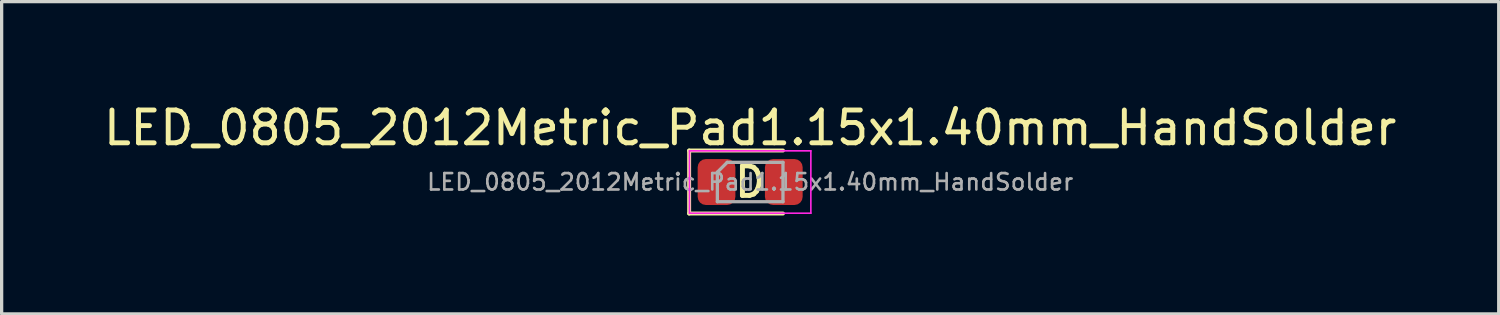
<source format=kicad_pcb>
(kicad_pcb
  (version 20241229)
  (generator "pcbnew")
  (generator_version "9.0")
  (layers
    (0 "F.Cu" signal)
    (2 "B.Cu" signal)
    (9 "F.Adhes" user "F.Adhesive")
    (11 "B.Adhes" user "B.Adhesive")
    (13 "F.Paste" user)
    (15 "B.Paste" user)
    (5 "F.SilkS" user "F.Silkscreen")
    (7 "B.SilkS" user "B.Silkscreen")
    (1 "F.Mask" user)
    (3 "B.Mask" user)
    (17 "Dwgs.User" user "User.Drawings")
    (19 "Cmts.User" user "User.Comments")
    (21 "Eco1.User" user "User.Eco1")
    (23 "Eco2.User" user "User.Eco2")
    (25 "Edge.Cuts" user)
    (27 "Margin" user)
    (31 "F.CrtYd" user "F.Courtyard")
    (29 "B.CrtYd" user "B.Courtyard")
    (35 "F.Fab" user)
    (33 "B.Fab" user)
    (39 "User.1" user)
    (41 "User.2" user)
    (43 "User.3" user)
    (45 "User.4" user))
  (footprint "LED_0805_2012Metric_Pad1.15x1.40mm_HandSolder"
    (layer "F.Cu")
    (at 19.815 2.498)
    (property "Reference" "LED_0805_2012Metric_Pad1.15x1.40mm_HandSolder" (at 0 -1.65 0) (layer "F.SilkS") (effects (font (size 1 1) (thickness 0.15))))
    (attr smd)
    (fp_line (start -1.86 -0.96) (end -1.86 0.96) (stroke (width 0.12) (type solid)) (layer "F.SilkS"))
    (fp_line (start -1.86 0.96) (end 1 0.96) (stroke (width 0.12) (type solid)) (layer "F.SilkS"))
    (fp_line (start 1 -0.96) (end -1.86 -0.96) (stroke (width 0.12) (type solid)) (layer "F.SilkS"))
    (fp_line (start -1.85 -0.95) (end 1.85 -0.95) (stroke (width 0.05) (type solid)) (layer "F.CrtYd"))
    (fp_line (start -1.85 0.95) (end -1.85 -0.95) (stroke (width 0.05) (type solid)) (layer "F.CrtYd"))
    (fp_line (start 1.85 -0.95) (end 1.85 0.95) (stroke (width 0.05) (type solid)) (layer "F.CrtYd"))
    (fp_line (start 1.85 0.95) (end -1.85 0.95) (stroke (width 0.05) (type solid)) (layer "F.CrtYd"))
    (fp_line (start -1 -0.3) (end -1 0.6) (stroke (width 0.1) (type solid)) (layer "F.Fab"))
    (fp_line (start -1 0.6) (end 1 0.6) (stroke (width 0.1) (type solid)) (layer "F.Fab"))
    (fp_line (start -0.7 -0.6) (end -1 -0.3) (stroke (width 0.1) (type solid)) (layer "F.Fab"))
    (fp_line (start 1 -0.6) (end -0.7 -0.6) (stroke (width 0.1) (type solid)) (layer "F.Fab"))
    (fp_line (start 1 0.6) (end 1 -0.6) (stroke (width 0.1) (type solid)) (layer "F.Fab"))
    (fp_text user "D" (at 0 0 0) (layer "F.SilkS") (effects (font (size 0.9 0.9) (thickness 0.15))))
    (fp_text user "${REFERENCE}" (at 0 0 0) (layer "F.Fab") (effects (font (size 0.5 0.5) (thickness 0.08))))
    (pad "1" smd roundrect (at -1.025 0) (size 1.15 1.4) (layers "F.Cu" "F.Mask" "F.Paste") (roundrect_rratio 0.217))
    (pad "2" smd roundrect (at 1.025 0) (size 1.15 1.4) (layers "F.Cu" "F.Mask" "F.Paste") (roundrect_rratio 0.217)))
  (gr_rect
    (start -3 -3)
    (end 42.631 6.518)
    (stroke (width 0.1) (type default))
    (fill no)
    (layer "Edge.Cuts")))
</source>
